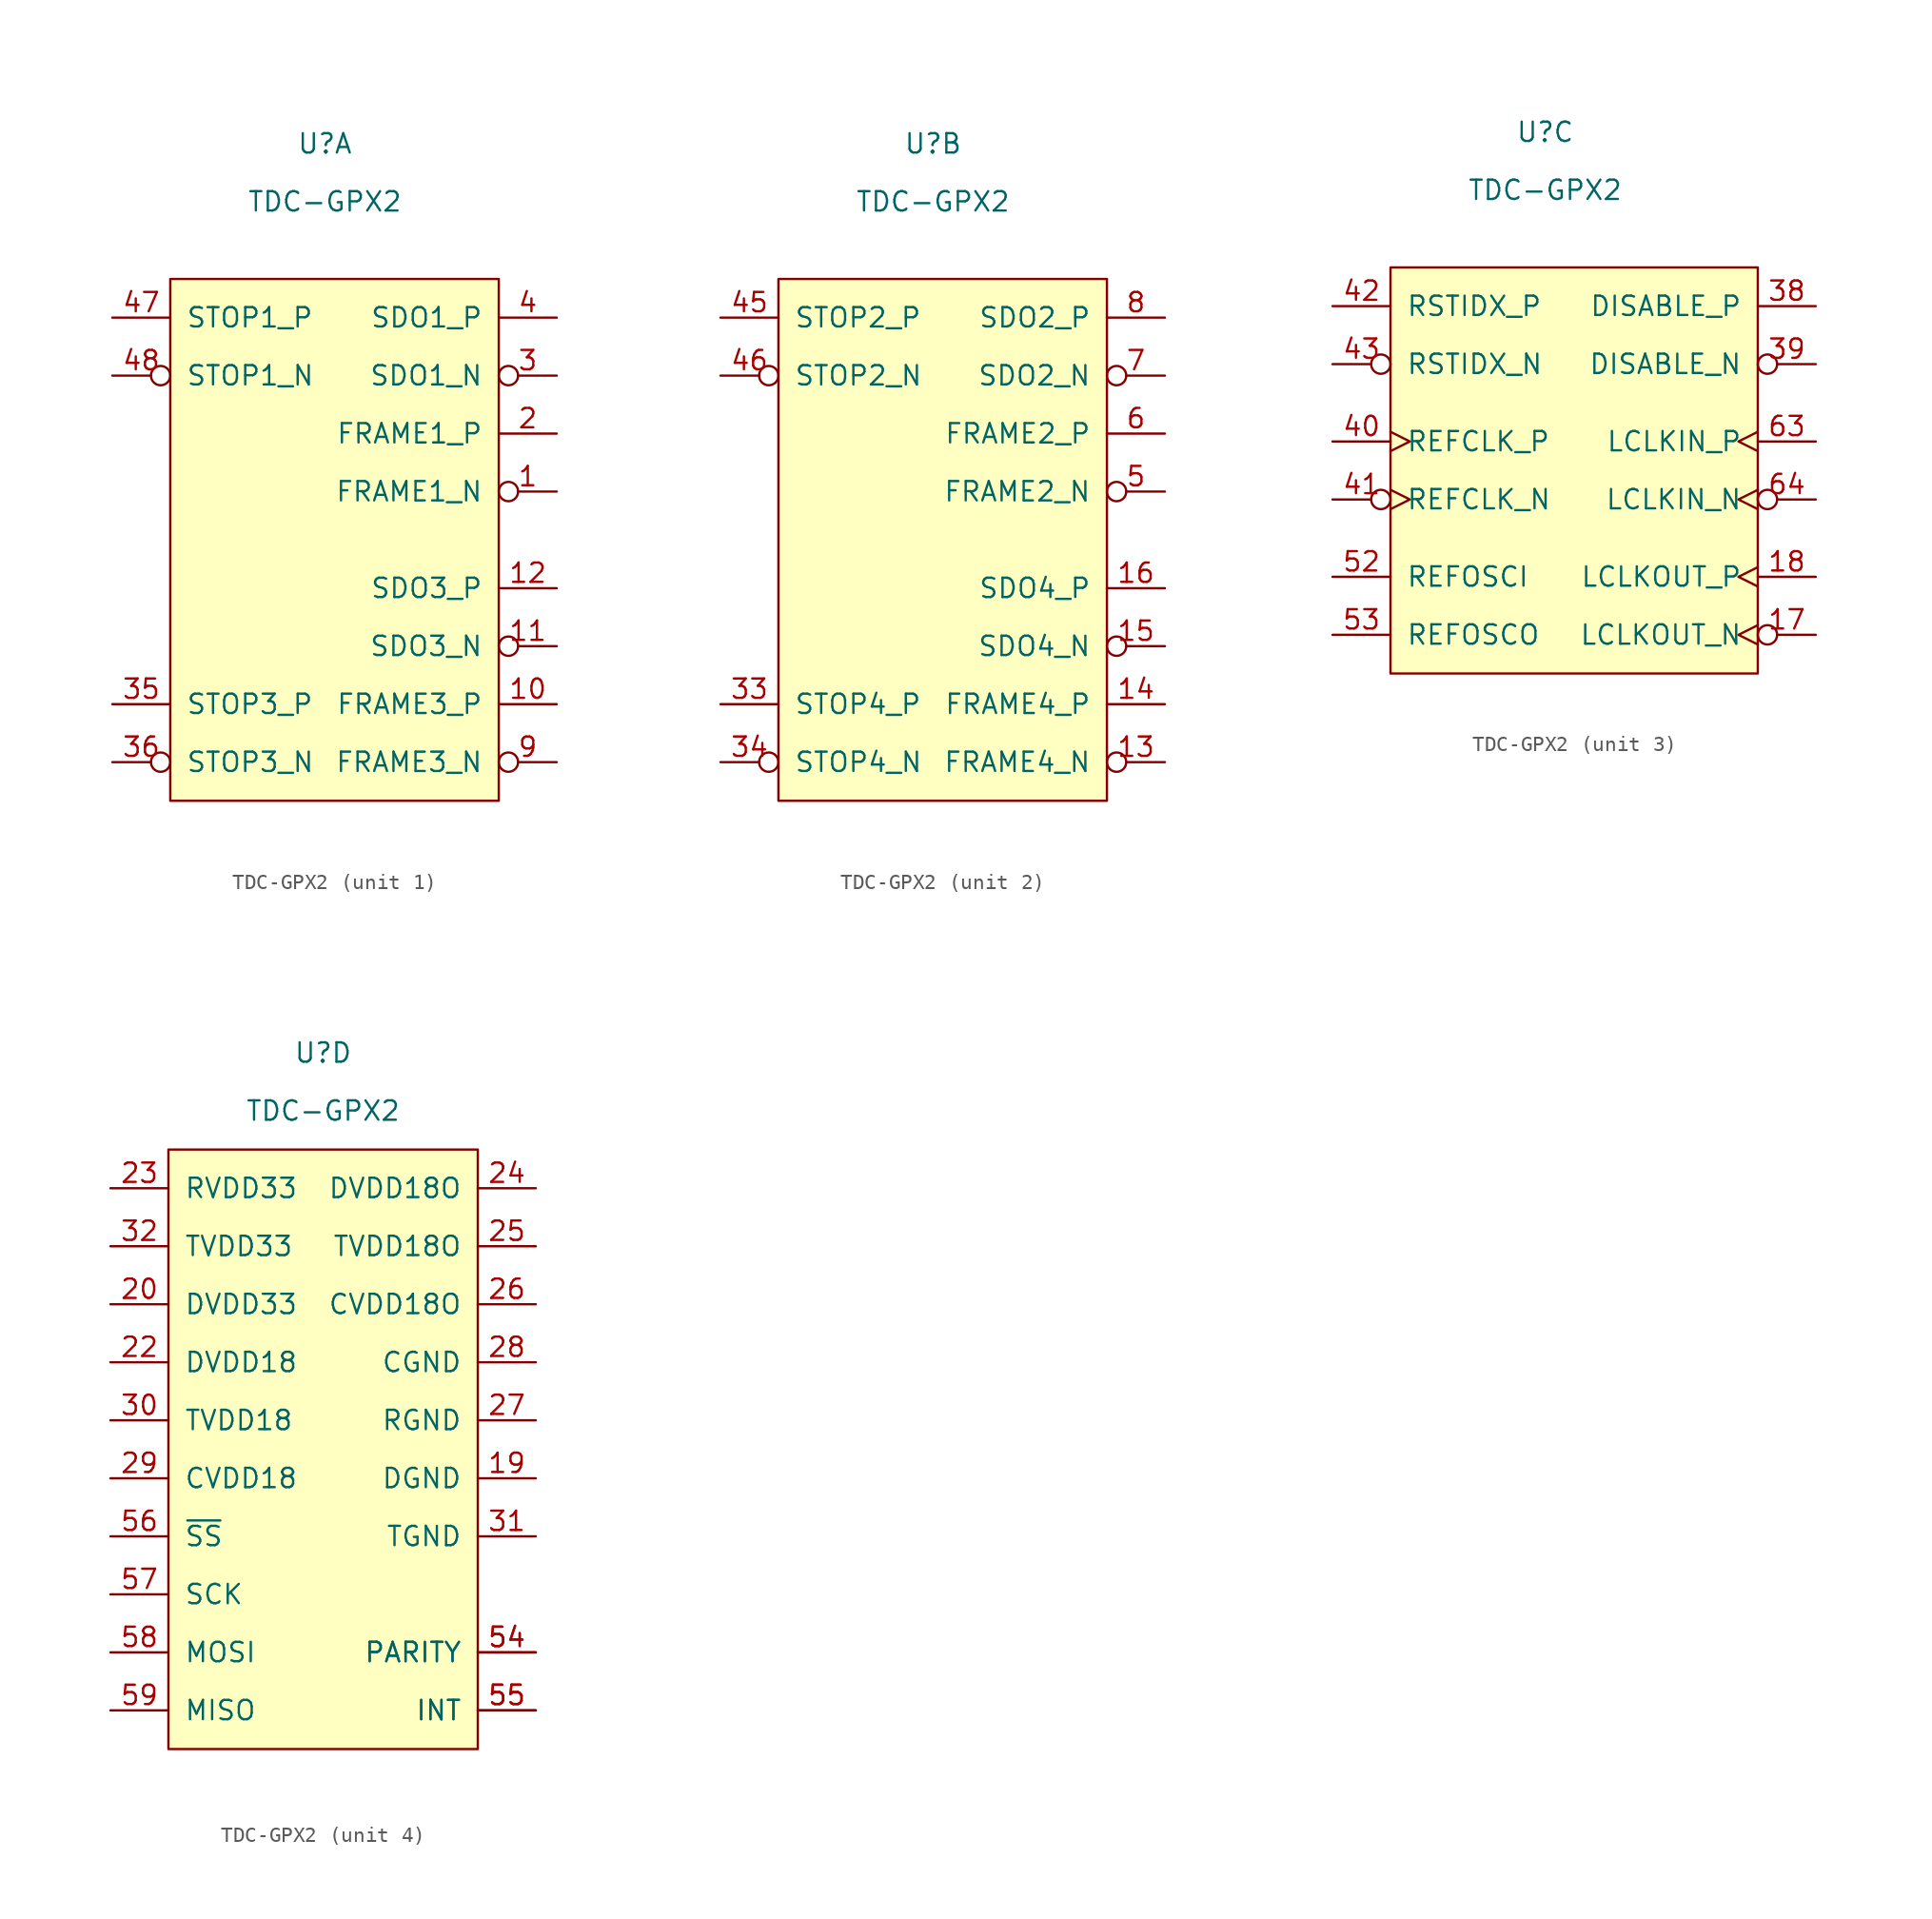
<source format=kicad_sym>
(kicad_symbol_lib
  (version 20211014)
  (generator kicad_symbol_editor)
  (symbol "TDC-GPX2"
    (pin_names
      (offset 1.016))
    (property "Reference" "U"
      (at 0 24.13 0)
      (effects (font (size 1.27 1.27))))
    (property "Value" "TDC-GPX2"
      (at 0 20.32 0)
      (effects (font (size 1.27 1.27))))
    (property "ki_locked" ""
      (at 0 0 0)
      (effects (font (size 1.27 1.27))))
    (symbol "TDC-GPX2_1_1"
      (rectangle (start 11.43 15.24) (end -10.16 -19.05) (stroke (width 0) (type default) (color 0 0 0 0)) (fill (type background)))
      (pin output inverted (at 15.24 1.27 180) (length 3.81) (name "FRAME1_N" (effects (font (size 1.27 1.27)))) (number "1" (effects (font (size 1.27 1.27)))))
      (pin output line (at 15.24 -12.7 180) (length 3.81) (name "FRAME3_P" (effects (font (size 1.27 1.27)))) (number "10" (effects (font (size 1.27 1.27)))))
      (pin output inverted (at 15.24 -8.89 180) (length 3.81) (name "SDO3_N" (effects (font (size 1.27 1.27)))) (number "11" (effects (font (size 1.27 1.27)))))
      (pin output line (at 15.24 -5.08 180) (length 3.81) (name "SDO3_P" (effects (font (size 1.27 1.27)))) (number "12" (effects (font (size 1.27 1.27)))))
      (pin output line (at 15.24 5.08 180) (length 3.81) (name "FRAME1_P" (effects (font (size 1.27 1.27)))) (number "2" (effects (font (size 1.27 1.27)))))
      (pin output inverted (at 15.24 8.89 180) (length 3.81) (name "SDO1_N" (effects (font (size 1.27 1.27)))) (number "3" (effects (font (size 1.27 1.27)))))
      (pin input line (at -13.97 -12.7 0) (length 3.81) (name "STOP3_P" (effects (font (size 1.27 1.27)))) (number "35" (effects (font (size 1.27 1.27)))))
      (pin input inverted (at -13.97 -16.51 0) (length 3.81) (name "STOP3_N" (effects (font (size 1.27 1.27)))) (number "36" (effects (font (size 1.27 1.27)))))
      (pin output line (at 15.24 12.7 180) (length 3.81) (name "SDO1_P" (effects (font (size 1.27 1.27)))) (number "4" (effects (font (size 1.27 1.27)))))
      (pin input line (at -13.97 12.7 0) (length 3.81) (name "STOP1_P" (effects (font (size 1.27 1.27)))) (number "47" (effects (font (size 1.27 1.27)))))
      (pin input inverted (at -13.97 8.89 0) (length 3.81) (name "STOP1_N" (effects (font (size 1.27 1.27)))) (number "48" (effects (font (size 1.27 1.27)))))
      (pin output inverted (at 15.24 -16.51 180) (length 3.81) (name "FRAME3_N" (effects (font (size 1.27 1.27)))) (number "9" (effects (font (size 1.27 1.27))))))
    (symbol "TDC-GPX2_2_1"
      (rectangle (start 11.43 15.24) (end -10.16 -19.05) (stroke (width 0) (type default) (color 0 0 0 0)) (fill (type background)))
      (pin output inverted (at 15.24 -16.51 180) (length 3.81) (name "FRAME4_N" (effects (font (size 1.27 1.27)))) (number "13" (effects (font (size 1.27 1.27)))))
      (pin output line (at 15.24 -12.7 180) (length 3.81) (name "FRAME4_P" (effects (font (size 1.27 1.27)))) (number "14" (effects (font (size 1.27 1.27)))))
      (pin output inverted (at 15.24 -8.89 180) (length 3.81) (name "SDO4_N" (effects (font (size 1.27 1.27)))) (number "15" (effects (font (size 1.27 1.27)))))
      (pin output line (at 15.24 -5.08 180) (length 3.81) (name "SDO4_P" (effects (font (size 1.27 1.27)))) (number "16" (effects (font (size 1.27 1.27)))))
      (pin input line (at -13.97 -12.7 0) (length 3.81) (name "STOP4_P" (effects (font (size 1.27 1.27)))) (number "33" (effects (font (size 1.27 1.27)))))
      (pin input inverted (at -13.97 -16.51 0) (length 3.81) (name "STOP4_N" (effects (font (size 1.27 1.27)))) (number "34" (effects (font (size 1.27 1.27)))))
      (pin input line (at -13.97 12.7 0) (length 3.81) (name "STOP2_P" (effects (font (size 1.27 1.27)))) (number "45" (effects (font (size 1.27 1.27)))))
      (pin input inverted (at -13.97 8.89 0) (length 3.81) (name "STOP2_N" (effects (font (size 1.27 1.27)))) (number "46" (effects (font (size 1.27 1.27)))))
      (pin output inverted (at 15.24 1.27 180) (length 3.81) (name "FRAME2_N" (effects (font (size 1.27 1.27)))) (number "5" (effects (font (size 1.27 1.27)))))
      (pin output line (at 15.24 5.08 180) (length 3.81) (name "FRAME2_P" (effects (font (size 1.27 1.27)))) (number "6" (effects (font (size 1.27 1.27)))))
      (pin output inverted (at 15.24 8.89 180) (length 3.81) (name "SDO2_N" (effects (font (size 1.27 1.27)))) (number "7" (effects (font (size 1.27 1.27)))))
      (pin output line (at 15.24 12.7 180) (length 3.81) (name "SDO2_P" (effects (font (size 1.27 1.27)))) (number "8" (effects (font (size 1.27 1.27))))))
    (symbol "TDC-GPX2_3_1"
      (rectangle (start 13.97 15.24) (end -10.16 -11.43) (stroke (width 0) (type default) (color 0 0 0 0)) (fill (type background)))
      (pin output inverted_clock (at 17.78 -8.89 180) (length 3.81) (name "LCLKOUT_N" (effects (font (size 1.27 1.27)))) (number "17" (effects (font (size 1.27 1.27)))))
      (pin output clock (at 17.78 -5.08 180) (length 3.81) (name "LCLKOUT_P" (effects (font (size 1.27 1.27)))) (number "18" (effects (font (size 1.27 1.27)))))
      (pin input line (at 17.78 12.7 180) (length 3.81) (name "DISABLE_P" (effects (font (size 1.27 1.27)))) (number "38" (effects (font (size 1.27 1.27)))))
      (pin input inverted (at 17.78 8.89 180) (length 3.81) (name "DISABLE_N" (effects (font (size 1.27 1.27)))) (number "39" (effects (font (size 1.27 1.27)))))
      (pin input clock (at -13.97 3.81 0) (length 3.81) (name "REFCLK_P" (effects (font (size 1.27 1.27)))) (number "40" (effects (font (size 1.27 1.27)))))
      (pin input inverted_clock (at -13.97 0 0) (length 3.81) (name "REFCLK_N" (effects (font (size 1.27 1.27)))) (number "41" (effects (font (size 1.27 1.27)))))
      (pin input line (at -13.97 12.7 0) (length 3.81) (name "RSTIDX_P" (effects (font (size 1.27 1.27)))) (number "42" (effects (font (size 1.27 1.27)))))
      (pin input inverted (at -13.97 8.89 0) (length 3.81) (name "RSTIDX_N" (effects (font (size 1.27 1.27)))) (number "43" (effects (font (size 1.27 1.27)))))
      (pin passive line (at -13.97 -5.08 0) (length 3.81) (name "REFOSCI" (effects (font (size 1.27 1.27)))) (number "52" (effects (font (size 1.27 1.27)))))
      (pin passive line (at -13.97 -8.89 0) (length 3.81) (name "REFOSCO" (effects (font (size 1.27 1.27)))) (number "53" (effects (font (size 1.27 1.27)))))
      (pin input clock (at 17.78 3.81 180) (length 3.81) (name "LCLKIN_P" (effects (font (size 1.27 1.27)))) (number "63" (effects (font (size 1.27 1.27)))))
      (pin input inverted_clock (at 17.78 0 180) (length 3.81) (name "LCLKIN_N" (effects (font (size 1.27 1.27)))) (number "64" (effects (font (size 1.27 1.27))))))
    (symbol "TDC-GPX2_4_1"
      (rectangle (start -10.16 17.78) (end 10.16 -21.59) (stroke (width 0) (type default) (color 0 0 0 0)) (fill (type background)))
      (pin power_in line (at 13.97 -3.81 180) (length 3.81) (name "DGND" (effects (font (size 1.27 1.27)))) (number "19" (effects (font (size 1.27 1.27)))))
      (pin power_in line (at -13.97 7.62 0) (length 3.81) (name "DVDD33" (effects (font (size 1.27 1.27)))) (number "20" (effects (font (size 1.27 1.27)))))
      (pin power_in line (at 13.97 -3.81 180) (length 3.81) hide (name "DGND" (effects (font (size 1.27 1.27)))) (number "21" (effects (font (size 1.27 1.27)))))
      (pin power_in line (at -13.97 3.81 0) (length 3.81) (name "DVDD18" (effects (font (size 1.27 1.27)))) (number "22" (effects (font (size 1.27 1.27)))))
      (pin power_in line (at -13.97 15.24 0) (length 3.81) (name "RVDD33" (effects (font (size 1.27 1.27)))) (number "23" (effects (font (size 1.27 1.27)))))
      (pin passive line (at 13.97 15.24 180) (length 3.81) (name "DVDD18O" (effects (font (size 1.27 1.27)))) (number "24" (effects (font (size 1.27 1.27)))))
      (pin passive line (at 13.97 11.43 180) (length 3.81) (name "TVDD18O" (effects (font (size 1.27 1.27)))) (number "25" (effects (font (size 1.27 1.27)))))
      (pin passive line (at 13.97 7.62 180) (length 3.81) (name "CVDD18O" (effects (font (size 1.27 1.27)))) (number "26" (effects (font (size 1.27 1.27)))))
      (pin power_in line (at 13.97 0 180) (length 3.81) (name "RGND" (effects (font (size 1.27 1.27)))) (number "27" (effects (font (size 1.27 1.27)))))
      (pin power_in line (at 13.97 3.81 180) (length 3.81) (name "CGND" (effects (font (size 1.27 1.27)))) (number "28" (effects (font (size 1.27 1.27)))))
      (pin power_in line (at -13.97 -3.81 0) (length 3.81) (name "CVDD18" (effects (font (size 1.27 1.27)))) (number "29" (effects (font (size 1.27 1.27)))))
      (pin power_in line (at -13.97 0 0) (length 3.81) (name "TVDD18" (effects (font (size 1.27 1.27)))) (number "30" (effects (font (size 1.27 1.27)))))
      (pin power_in line (at 13.97 -7.62 180) (length 3.81) (name "TGND" (effects (font (size 1.27 1.27)))) (number "31" (effects (font (size 1.27 1.27)))))
      (pin power_in line (at -13.97 11.43 0) (length 3.81) (name "TVDD33" (effects (font (size 1.27 1.27)))) (number "32" (effects (font (size 1.27 1.27)))))
      (pin power_in line (at 13.97 -7.62 180) (length 3.81) hide (name "TGND" (effects (font (size 1.27 1.27)))) (number "37" (effects (font (size 1.27 1.27)))))
      (pin power_in line (at -13.97 11.43 0) (length 3.81) hide (name "TVDD33" (effects (font (size 1.27 1.27)))) (number "44" (effects (font (size 1.27 1.27)))))
      (pin power_in line (at -13.97 11.43 0) (length 3.81) hide (name "TVDD33" (effects (font (size 1.27 1.27)))) (number "49" (effects (font (size 1.27 1.27)))))
      (pin power_in line (at 13.97 -7.62 180) (length 3.81) hide (name "TGND" (effects (font (size 1.27 1.27)))) (number "50" (effects (font (size 1.27 1.27)))))
      (pin power_in line (at -13.97 0 0) (length 3.81) hide (name "TVDD18" (effects (font (size 1.27 1.27)))) (number "51" (effects (font (size 1.27 1.27)))))
      (pin output line (at 13.97 -15.24 180) (length 3.81) (name "PARITY" (effects (font (size 1.27 1.27)))) (number "54" (effects (font (size 1.27 1.27)))))
      (pin output line (at 13.97 -15.24 180) (length 3.81) (name "PARITY" (effects (font (size 1.27 1.27)))) (number "54" (effects (font (size 1.27 1.27)))))
      (pin output line (at 13.97 -19.05 180) (length 3.81) (name "INT" (effects (font (size 1.27 1.27)))) (number "55" (effects (font (size 1.27 1.27)))))
      (pin output line (at 13.97 -19.05 180) (length 3.81) (name "INT" (effects (font (size 1.27 1.27)))) (number "55" (effects (font (size 1.27 1.27)))))
      (pin input line (at -13.97 -7.62 0) (length 3.81) (name "~{SS}" (effects (font (size 1.27 1.27)))) (number "56" (effects (font (size 1.27 1.27)))))
      (pin input line (at -13.97 -11.43 0) (length 3.81) (name "SCK" (effects (font (size 1.27 1.27)))) (number "57" (effects (font (size 1.27 1.27)))))
      (pin input line (at -13.97 -15.24 0) (length 3.81) (name "MOSI" (effects (font (size 1.27 1.27)))) (number "58" (effects (font (size 1.27 1.27)))))
      (pin tri_state line (at -13.97 -19.05 0) (length 3.81) (name "MISO" (effects (font (size 1.27 1.27)))) (number "59" (effects (font (size 1.27 1.27)))))
      (pin power_in line (at -13.97 3.81 0) (length 3.81) hide (name "DVDD18" (effects (font (size 1.27 1.27)))) (number "60" (effects (font (size 1.27 1.27)))))
      (pin power_in line (at -13.97 7.62 0) (length 3.81) hide (name "DVDD33" (effects (font (size 1.27 1.27)))) (number "61" (effects (font (size 1.27 1.27)))))
      (pin power_in line (at 13.97 -3.81 180) (length 3.81) hide (name "DGND" (effects (font (size 1.27 1.27)))) (number "62" (effects (font (size 1.27 1.27))))))))
</source>
